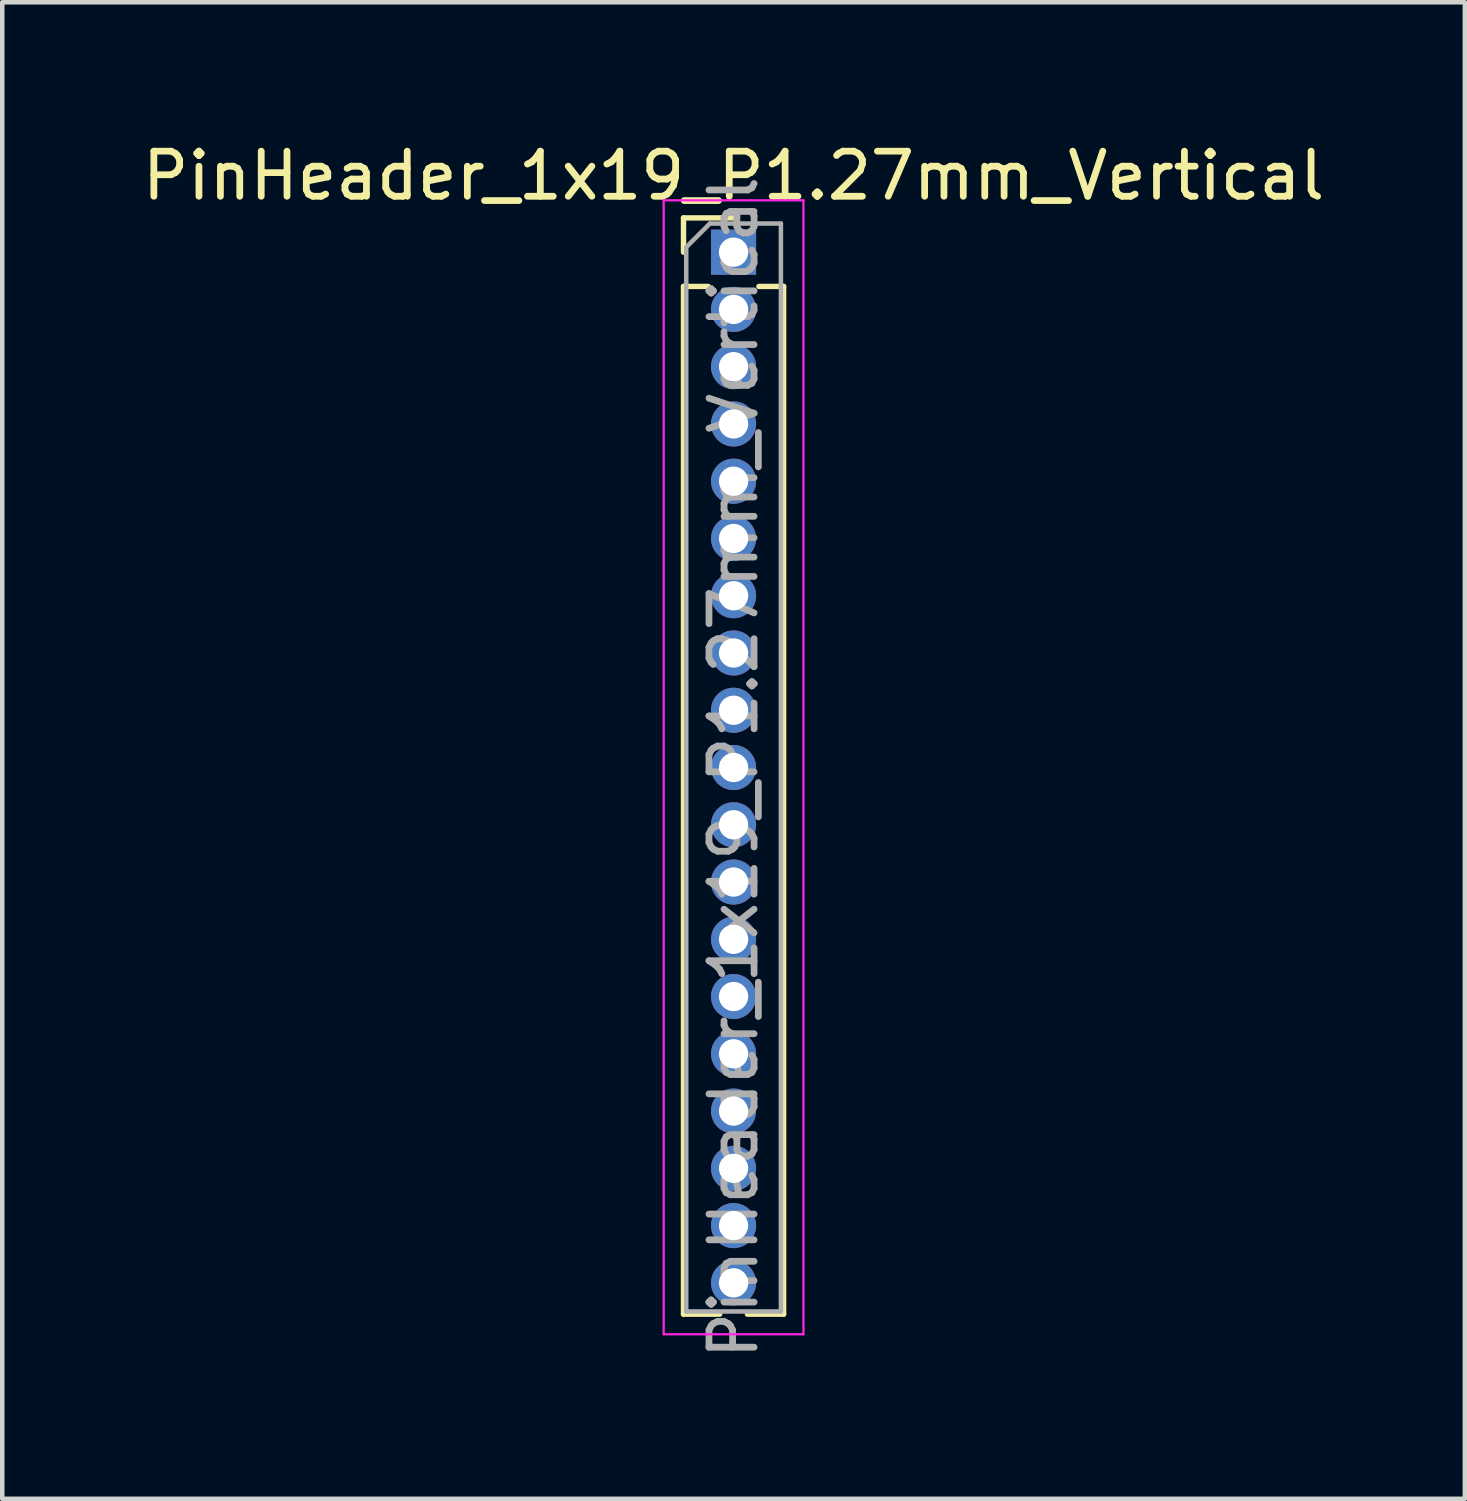
<source format=kicad_pcb>
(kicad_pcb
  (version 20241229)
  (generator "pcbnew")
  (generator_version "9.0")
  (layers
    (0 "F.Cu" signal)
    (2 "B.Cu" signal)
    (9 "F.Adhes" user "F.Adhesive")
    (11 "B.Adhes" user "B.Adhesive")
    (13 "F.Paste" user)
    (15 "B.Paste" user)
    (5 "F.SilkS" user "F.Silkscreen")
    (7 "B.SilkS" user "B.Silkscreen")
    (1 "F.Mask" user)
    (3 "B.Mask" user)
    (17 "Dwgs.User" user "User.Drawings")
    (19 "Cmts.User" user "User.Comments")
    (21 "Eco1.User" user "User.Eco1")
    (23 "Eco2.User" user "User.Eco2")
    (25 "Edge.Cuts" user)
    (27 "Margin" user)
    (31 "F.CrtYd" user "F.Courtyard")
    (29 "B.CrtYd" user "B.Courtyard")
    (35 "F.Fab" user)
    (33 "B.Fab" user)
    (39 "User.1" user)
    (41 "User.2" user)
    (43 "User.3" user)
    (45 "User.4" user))
  (footprint "PinHeader_1x19_P1.27mm_Vertical"
    (layer "F.Cu")
    (at 13.22 2.543)
    (property "Reference" "PinHeader_1x19_P1.27mm_Vertical" (at 0 -1.695 0) (layer "F.SilkS") (effects (font (size 1 1) (thickness 0.15))))
    (attr through_hole)
    (fp_line (start -1.11 -0.76) (end 0 -0.76) (stroke (width 0.12) (type solid)) (layer "F.SilkS"))
    (fp_line (start -1.11 0) (end -1.11 -0.76) (stroke (width 0.12) (type solid)) (layer "F.SilkS"))
    (fp_line (start -1.11 0.76) (end -1.11 23.555) (stroke (width 0.12) (type solid)) (layer "F.SilkS"))
    (fp_line (start -1.11 0.76) (end -0.563 0.76) (stroke (width 0.12) (type solid)) (layer "F.SilkS"))
    (fp_line (start -1.11 23.555) (end -0.308 23.555) (stroke (width 0.12) (type solid)) (layer "F.SilkS"))
    (fp_line (start 0.308 23.555) (end 1.11 23.555) (stroke (width 0.12) (type solid)) (layer "F.SilkS"))
    (fp_line (start 0.563 0.76) (end 1.11 0.76) (stroke (width 0.12) (type solid)) (layer "F.SilkS"))
    (fp_line (start 1.11 0.76) (end 1.11 23.555) (stroke (width 0.12) (type solid)) (layer "F.SilkS"))
    (fp_line (start -1.55 -1.15) (end -1.55 24) (stroke (width 0.05) (type solid)) (layer "F.CrtYd"))
    (fp_line (start -1.55 24) (end 1.55 24) (stroke (width 0.05) (type solid)) (layer "F.CrtYd"))
    (fp_line (start 1.55 -1.15) (end -1.55 -1.15) (stroke (width 0.05) (type solid)) (layer "F.CrtYd"))
    (fp_line (start 1.55 24) (end 1.55 -1.15) (stroke (width 0.05) (type solid)) (layer "F.CrtYd"))
    (fp_line (start -1.05 -0.11) (end -0.525 -0.635) (stroke (width 0.1) (type solid)) (layer "F.Fab"))
    (fp_line (start -1.05 23.495) (end -1.05 -0.11) (stroke (width 0.1) (type solid)) (layer "F.Fab"))
    (fp_line (start -0.525 -0.635) (end 1.05 -0.635) (stroke (width 0.1) (type solid)) (layer "F.Fab"))
    (fp_line (start 1.05 -0.635) (end 1.05 23.495) (stroke (width 0.1) (type solid)) (layer "F.Fab"))
    (fp_line (start 1.05 23.495) (end -1.05 23.495) (stroke (width 0.1) (type solid)) (layer "F.Fab"))
    (fp_text user "${REFERENCE}" (at 0 11.43 90) (layer "F.Fab") (effects (font (size 1 1) (thickness 0.15))))
    (pad "1" thru_hole rect (at 0 0) (size 1 1) (drill 0.65) (layers "*.Cu" "*.Mask"))
    (pad "2" thru_hole oval (at 0 1.27) (size 1 1) (drill 0.65) (layers "*.Cu" "*.Mask"))
    (pad "3" thru_hole oval (at 0 2.54) (size 1 1) (drill 0.65) (layers "*.Cu" "*.Mask"))
    (pad "4" thru_hole oval (at 0 3.81) (size 1 1) (drill 0.65) (layers "*.Cu" "*.Mask"))
    (pad "5" thru_hole oval (at 0 5.08) (size 1 1) (drill 0.65) (layers "*.Cu" "*.Mask"))
    (pad "6" thru_hole oval (at 0 6.35) (size 1 1) (drill 0.65) (layers "*.Cu" "*.Mask"))
    (pad "7" thru_hole oval (at 0 7.62) (size 1 1) (drill 0.65) (layers "*.Cu" "*.Mask"))
    (pad "8" thru_hole oval (at 0 8.89) (size 1 1) (drill 0.65) (layers "*.Cu" "*.Mask"))
    (pad "9" thru_hole oval (at 0 10.16) (size 1 1) (drill 0.65) (layers "*.Cu" "*.Mask"))
    (pad "10" thru_hole oval (at 0 11.43) (size 1 1) (drill 0.65) (layers "*.Cu" "*.Mask"))
    (pad "11" thru_hole oval (at 0 12.7) (size 1 1) (drill 0.65) (layers "*.Cu" "*.Mask"))
    (pad "12" thru_hole oval (at 0 13.97) (size 1 1) (drill 0.65) (layers "*.Cu" "*.Mask"))
    (pad "13" thru_hole oval (at 0 15.24) (size 1 1) (drill 0.65) (layers "*.Cu" "*.Mask"))
    (pad "14" thru_hole oval (at 0 16.51) (size 1 1) (drill 0.65) (layers "*.Cu" "*.Mask"))
    (pad "15" thru_hole oval (at 0 17.78) (size 1 1) (drill 0.65) (layers "*.Cu" "*.Mask"))
    (pad "16" thru_hole oval (at 0 19.05) (size 1 1) (drill 0.65) (layers "*.Cu" "*.Mask"))
    (pad "17" thru_hole oval (at 0 20.32) (size 1 1) (drill 0.65) (layers "*.Cu" "*.Mask"))
    (pad "18" thru_hole oval (at 0 21.59) (size 1 1) (drill 0.65) (layers "*.Cu" "*.Mask"))
    (pad "19" thru_hole oval (at 0 22.86) (size 1 1) (drill 0.65) (layers "*.Cu" "*.Mask")))
  (gr_rect
    (start -3 -3)
    (end 29.44 30.193)
    (stroke (width 0.1) (type default))
    (fill no)
    (layer "Edge.Cuts")))
</source>
